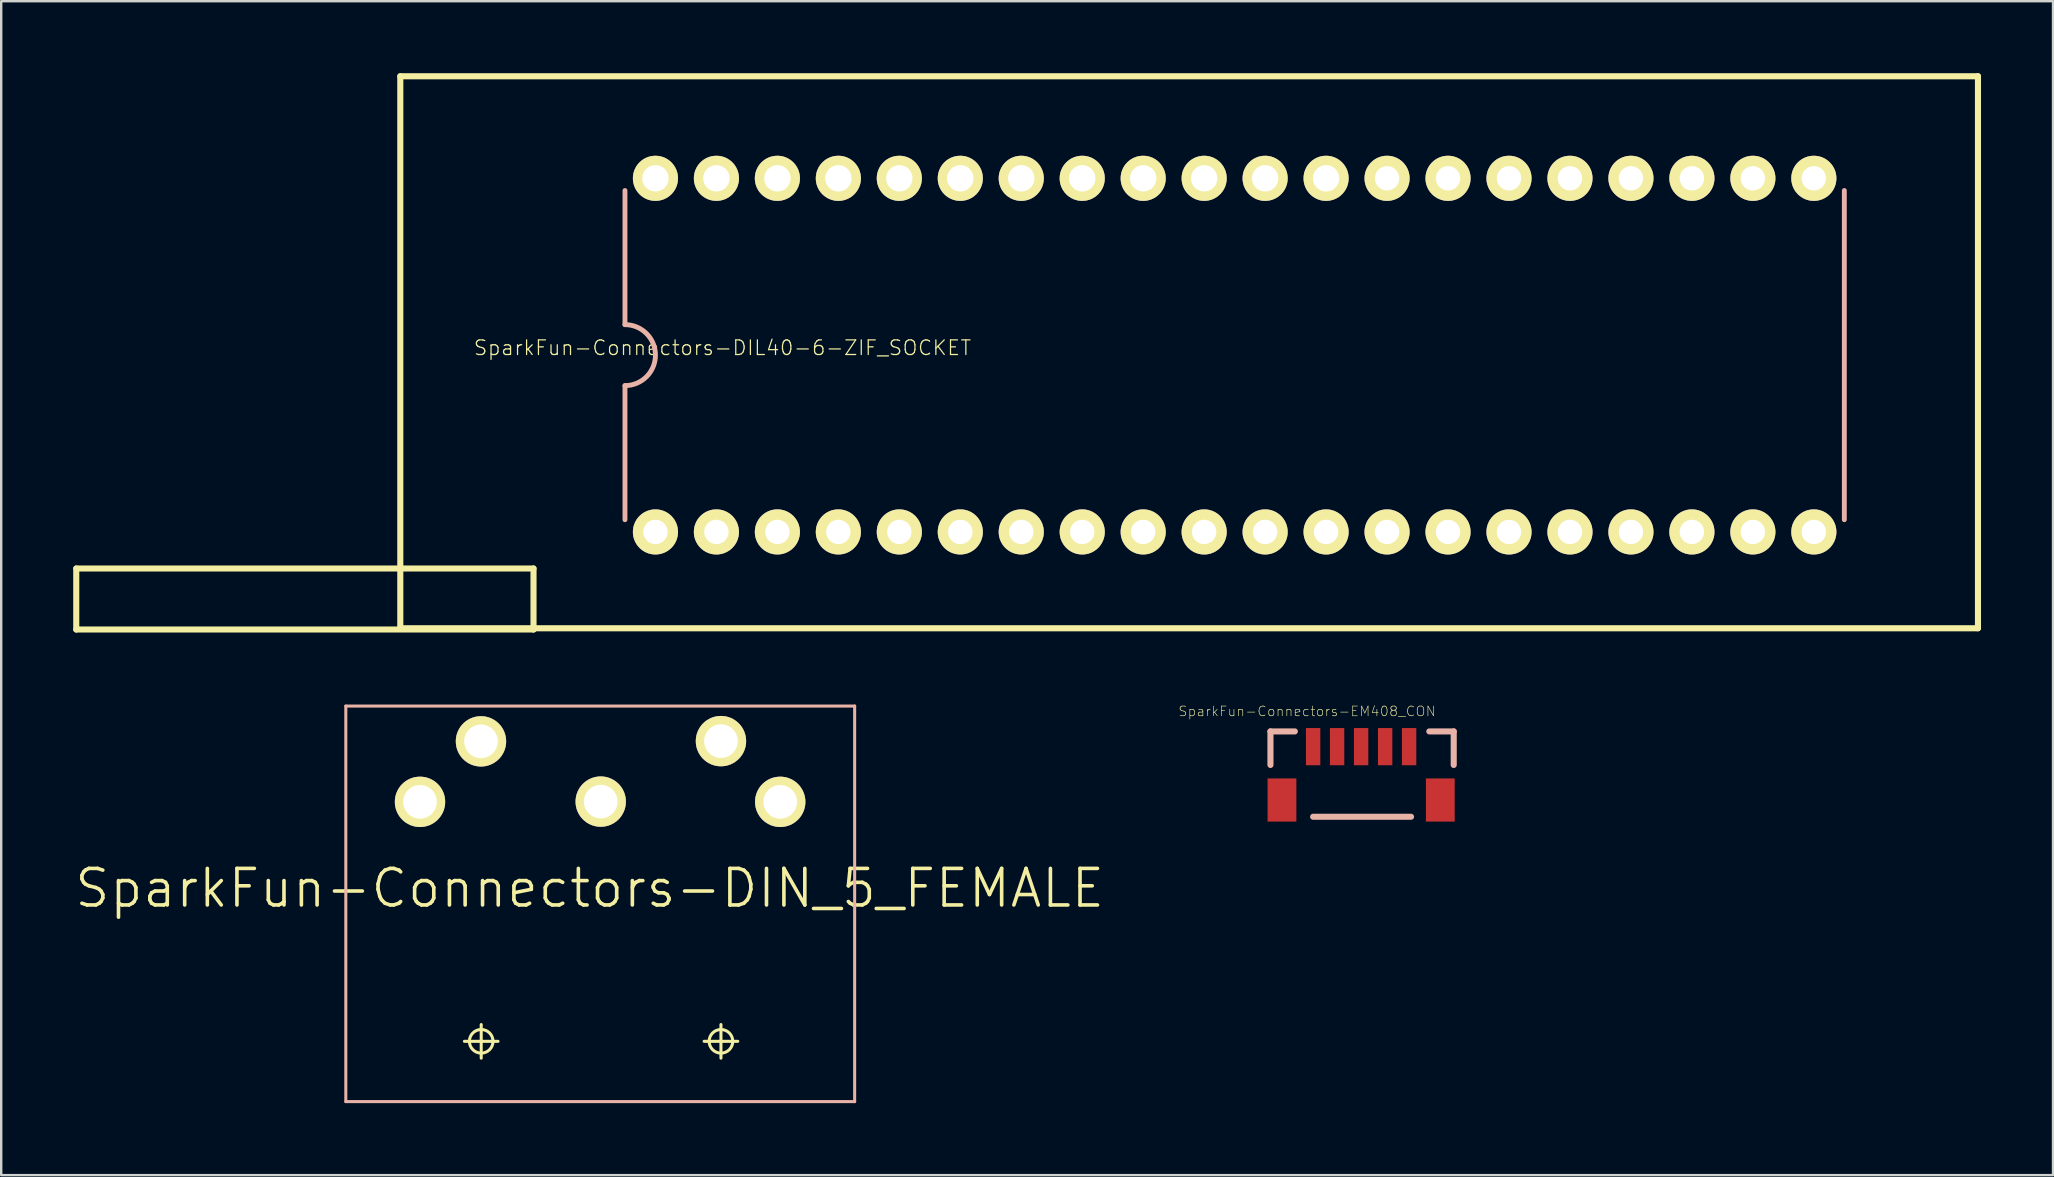
<source format=kicad_pcb>
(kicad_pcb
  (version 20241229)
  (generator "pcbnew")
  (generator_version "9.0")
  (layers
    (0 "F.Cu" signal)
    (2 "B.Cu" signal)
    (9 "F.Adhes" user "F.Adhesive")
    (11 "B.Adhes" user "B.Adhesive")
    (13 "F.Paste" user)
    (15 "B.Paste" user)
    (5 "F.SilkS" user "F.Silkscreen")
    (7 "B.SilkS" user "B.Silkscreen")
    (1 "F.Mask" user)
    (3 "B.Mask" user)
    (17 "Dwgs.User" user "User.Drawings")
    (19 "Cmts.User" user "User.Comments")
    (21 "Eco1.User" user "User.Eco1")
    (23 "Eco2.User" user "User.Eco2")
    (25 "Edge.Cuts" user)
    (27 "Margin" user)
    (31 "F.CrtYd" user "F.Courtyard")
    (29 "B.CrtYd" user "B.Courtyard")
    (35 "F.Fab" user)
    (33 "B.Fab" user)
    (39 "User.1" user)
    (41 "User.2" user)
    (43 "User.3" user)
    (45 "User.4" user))
  (footprint "SparkFun-Connectors-DIN_5_FEMALE"
    (layer "F.Cu")
    (at 21.517 33.955)
    (property "Reference" "SparkFun-Connectors-DIN_5_FEMALE" (at 0 0 0) (layer "F.SilkS") (effects (font (size 1.524 1.524) (thickness 0.15))))
    (attr exclude_from_pos_files exclude_from_bom)
    (fp_line (start -5.22 6.378) (end -3.818 6.378) (stroke (width 0.127) (type solid)) (layer "F.SilkS"))
    (fp_line (start -4.519 7.079) (end -4.519 5.679) (stroke (width 0.127) (type solid)) (layer "F.SilkS"))
    (fp_line (start 0.439 -3.599) (end 0.46 -3.599) (stroke (width 0.089) (type solid)) (layer "F.SilkS"))
    (fp_line (start 4.768 6.378) (end 6.17 6.378) (stroke (width 0.127) (type solid)) (layer "F.SilkS"))
    (fp_line (start 5.469 7.079) (end 5.469 5.679) (stroke (width 0.127) (type solid)) (layer "F.SilkS"))
    (fp_circle (center -4.519 6.378) (end -4.867 6.726) (stroke (width 0.127) (type solid)) (fill no) (layer "F.SilkS"))
    (fp_circle (center 5.469 6.378) (end 5.817 6.726) (stroke (width 0.127) (type solid)) (fill no) (layer "F.SilkS"))
    (fp_line (start -10.16 -7.59) (end -10.16 8.89) (stroke (width 0.127) (type solid)) (layer "B.SilkS"))
    (fp_line (start -10.16 8.89) (end 11.039 8.89) (stroke (width 0.127) (type solid)) (layer "B.SilkS"))
    (fp_line (start 11.039 -7.59) (end -10.16 -7.59) (stroke (width 0.127) (type solid)) (layer "B.SilkS"))
    (fp_line (start 11.039 8.89) (end 11.039 -7.59) (stroke (width 0.127) (type solid)) (layer "B.SilkS"))
    (pad "1" thru_hole circle (at 7.938 -3.599) (size 2.098 2.098) (drill 1.4) (layers "*.Cu" "F.Mask" "F.SilkS" "F.Paste"))
    (pad "2" thru_hole circle (at 0.46 -3.609) (size 2.098 2.098) (drill 1.4) (layers "*.Cu" "F.Mask" "F.SilkS" "F.Paste"))
    (pad "3" thru_hole circle (at -7.069 -3.599) (size 2.098 2.098) (drill 1.4) (layers "*.Cu" "F.Mask" "F.SilkS" "F.Paste"))
    (pad "4" thru_hole circle (at 5.469 -6.129) (size 2.098 2.098) (drill 1.4) (layers "*.Cu" "F.Mask" "F.SilkS" "F.Paste"))
    (pad "5" thru_hole circle (at -4.529 -6.119) (size 2.098 2.098) (drill 1.4) (layers "*.Cu" "F.Mask" "F.SilkS" "F.Paste")))
  (footprint "SparkFun-Connectors-EM408_CON"
    (layer "F.Cu")
    (at 51.657 28.057)
    (property "Reference" "SparkFun-Connectors-EM408_CON" (at -0.254 -1.473 0) (layer "F.SilkS") (effects (font (size 0.406 0.406) (thickness 0.025))))
    (attr smd)
    (fp_line (start -1.778 -0.635) (end -0.762 -0.635) (stroke (width 0.254) (type solid)) (layer "B.SilkS"))
    (fp_line (start -1.778 0.762) (end -1.778 -0.635) (stroke (width 0.254) (type solid)) (layer "B.SilkS"))
    (fp_line (start 0 2.921) (end 4.079 2.921) (stroke (width 0.254) (type solid)) (layer "B.SilkS"))
    (fp_line (start 4.841 -0.635) (end 5.857 -0.635) (stroke (width 0.254) (type solid)) (layer "B.SilkS"))
    (fp_line (start 5.857 -0.635) (end 5.857 0.762) (stroke (width 0.254) (type solid)) (layer "B.SilkS"))
    (pad "1" smd rect (at 3.998 0) (size 0.599 1.549) (layers "F.Cu" "F.Mask" "F.Paste"))
    (pad "2" smd rect (at 3 0) (size 0.599 1.549) (layers "F.Cu" "F.Mask" "F.Paste"))
    (pad "3" smd rect (at 1.999 0) (size 0.599 1.549) (layers "F.Cu" "F.Mask" "F.Paste"))
    (pad "4" smd rect (at 0.998 0) (size 0.599 1.549) (layers "F.Cu" "F.Mask" "F.Paste"))
    (pad "5" smd rect (at 0 0) (size 0.599 1.549) (layers "F.Cu" "F.Mask" "F.Paste"))
    (pad "P$1" smd rect (at -1.298 2.223) (size 1.199 1.798) (layers "F.Cu" "F.Mask" "F.Paste"))
    (pad "P$2" smd rect (at 5.298 2.223) (size 1.199 1.798) (layers "F.Cu" "F.Mask" "F.Paste")))
  (footprint "SparkFun-Connectors-DIL40-6-ZIF_SOCKET"
    (layer "F.Cu")
    (at 48.387 11.745)
    (property "Reference" "SparkFun-Connectors-DIL40-6-ZIF_SOCKET" (at -21.336 -0.305 0) (layer "F.SilkS") (effects (font (size 0.61 0.61) (thickness 0.051))))
    (attr exclude_from_pos_files exclude_from_bom)
    (fp_line (start -48.26 8.89) (end -48.26 11.43) (stroke (width 0.254) (type solid)) (layer "F.SilkS"))
    (fp_line (start -48.26 11.43) (end -29.21 11.43) (stroke (width 0.254) (type solid)) (layer "F.SilkS"))
    (fp_line (start -34.76 -11.618) (end -34.76 11.379) (stroke (width 0.254) (type solid)) (layer "F.SilkS"))
    (fp_line (start -34.76 11.379) (end 30.968 11.379) (stroke (width 0.254) (type solid)) (layer "F.SilkS"))
    (fp_line (start -29.21 8.89) (end -48.26 8.89) (stroke (width 0.254) (type solid)) (layer "F.SilkS"))
    (fp_line (start -29.21 11.43) (end -29.21 8.89) (stroke (width 0.254) (type solid)) (layer "F.SilkS"))
    (fp_line (start 30.968 -11.618) (end -34.76 -11.618) (stroke (width 0.254) (type solid)) (layer "F.SilkS"))
    (fp_line (start 30.968 11.379) (end 30.968 -11.618) (stroke (width 0.254) (type solid)) (layer "F.SilkS"))
    (fp_line (start -25.4 -6.858) (end -25.4 -1.27) (stroke (width 0.203) (type solid)) (layer "B.SilkS"))
    (fp_line (start -25.4 1.27) (end -25.4 6.858) (stroke (width 0.203) (type solid)) (layer "B.SilkS"))
    (fp_line (start 25.4 6.858) (end 25.4 -6.858) (stroke (width 0.203) (type solid)) (layer "B.SilkS"))
    (fp_arc (start -25.4 -1.27) (mid -24.13 0) (end -25.4 1.27) (stroke (width 0.2032) (type solid)) (layer "B.SilkS"))
    (pad "1" thru_hole circle (at -24.13 7.366) (size 1.88 1.88) (drill 1.016) (layers "*.Cu" "F.Mask" "F.SilkS" "F.Paste"))
    (pad "2" thru_hole circle (at -21.59 7.366) (size 1.88 1.88) (drill 1.016) (layers "*.Cu" "F.Mask" "F.SilkS" "F.Paste"))
    (pad "3" thru_hole circle (at -19.05 7.366) (size 1.88 1.88) (drill 1.016) (layers "*.Cu" "F.Mask" "F.SilkS" "F.Paste"))
    (pad "4" thru_hole circle (at -16.51 7.366) (size 1.88 1.88) (drill 1.016) (layers "*.Cu" "F.Mask" "F.SilkS" "F.Paste"))
    (pad "5" thru_hole circle (at -13.97 7.366) (size 1.88 1.88) (drill 1.016) (layers "*.Cu" "F.Mask" "F.SilkS" "F.Paste"))
    (pad "6" thru_hole circle (at -11.43 7.366) (size 1.88 1.88) (drill 1.016) (layers "*.Cu" "F.Mask" "F.SilkS" "F.Paste"))
    (pad "7" thru_hole circle (at -8.89 7.366) (size 1.88 1.88) (drill 1.016) (layers "*.Cu" "F.Mask" "F.SilkS" "F.Paste"))
    (pad "8" thru_hole circle (at -6.35 7.366) (size 1.88 1.88) (drill 1.016) (layers "*.Cu" "F.Mask" "F.SilkS" "F.Paste"))
    (pad "9" thru_hole circle (at -3.81 7.366) (size 1.88 1.88) (drill 1.016) (layers "*.Cu" "F.Mask" "F.SilkS" "F.Paste"))
    (pad "10" thru_hole circle (at -1.27 7.366) (size 1.88 1.88) (drill 1.016) (layers "*.Cu" "F.Mask" "F.SilkS" "F.Paste"))
    (pad "11" thru_hole circle (at 1.27 7.366) (size 1.88 1.88) (drill 1.016) (layers "*.Cu" "F.Mask" "F.SilkS" "F.Paste"))
    (pad "12" thru_hole circle (at 3.81 7.366) (size 1.88 1.88) (drill 1.016) (layers "*.Cu" "F.Mask" "F.SilkS" "F.Paste"))
    (pad "13" thru_hole circle (at 6.35 7.366) (size 1.88 1.88) (drill 1.016) (layers "*.Cu" "F.Mask" "F.SilkS" "F.Paste"))
    (pad "14" thru_hole circle (at 8.89 7.366) (size 1.88 1.88) (drill 1.016) (layers "*.Cu" "F.Mask" "F.SilkS" "F.Paste"))
    (pad "15" thru_hole circle (at 11.43 7.366) (size 1.88 1.88) (drill 1.016) (layers "*.Cu" "F.Mask" "F.SilkS" "F.Paste"))
    (pad "16" thru_hole circle (at 13.97 7.366) (size 1.88 1.88) (drill 1.016) (layers "*.Cu" "F.Mask" "F.SilkS" "F.Paste"))
    (pad "17" thru_hole circle (at 16.51 7.366) (size 1.88 1.88) (drill 1.016) (layers "*.Cu" "F.Mask" "F.SilkS" "F.Paste"))
    (pad "18" thru_hole circle (at 19.05 7.366) (size 1.88 1.88) (drill 1.016) (layers "*.Cu" "F.Mask" "F.SilkS" "F.Paste"))
    (pad "19" thru_hole circle (at 21.59 7.366) (size 1.88 1.88) (drill 1.016) (layers "*.Cu" "F.Mask" "F.SilkS" "F.Paste"))
    (pad "20" thru_hole circle (at 24.13 7.366) (size 1.88 1.88) (drill 1.016) (layers "*.Cu" "F.Mask" "F.SilkS" "F.Paste"))
    (pad "21" thru_hole circle (at 24.13 -7.366) (size 1.88 1.88) (drill 1.016) (layers "*.Cu" "F.Mask" "F.SilkS" "F.Paste"))
    (pad "22" thru_hole circle (at 21.59 -7.366) (size 1.88 1.88) (drill 1.016) (layers "*.Cu" "F.Mask" "F.SilkS" "F.Paste"))
    (pad "23" thru_hole circle (at 19.05 -7.366) (size 1.88 1.88) (drill 1.016) (layers "*.Cu" "F.Mask" "F.SilkS" "F.Paste"))
    (pad "24" thru_hole circle (at 16.51 -7.366) (size 1.88 1.88) (drill 1.016) (layers "*.Cu" "F.Mask" "F.SilkS" "F.Paste"))
    (pad "25" thru_hole circle (at 13.97 -7.366) (size 1.88 1.88) (drill 1.016) (layers "*.Cu" "F.Mask" "F.SilkS" "F.Paste"))
    (pad "26" thru_hole circle (at 11.43 -7.366) (size 1.88 1.88) (drill 1.016) (layers "*.Cu" "F.Mask" "F.SilkS" "F.Paste"))
    (pad "27" thru_hole circle (at 8.89 -7.366) (size 1.88 1.88) (drill 1.016) (layers "*.Cu" "F.Mask" "F.SilkS" "F.Paste"))
    (pad "28" thru_hole circle (at 6.35 -7.366) (size 1.88 1.88) (drill 1.016) (layers "*.Cu" "F.Mask" "F.SilkS" "F.Paste"))
    (pad "29" thru_hole circle (at 3.81 -7.366) (size 1.88 1.88) (drill 1.1) (layers "*.Cu" "F.Mask" "F.SilkS" "F.Paste"))
    (pad "30" thru_hole circle (at 1.27 -7.366) (size 1.88 1.88) (drill 1.1) (layers "*.Cu" "F.Mask" "F.SilkS" "F.Paste"))
    (pad "31" thru_hole circle (at -1.27 -7.366) (size 1.88 1.88) (drill 1.1) (layers "*.Cu" "F.Mask" "F.SilkS" "F.Paste"))
    (pad "32" thru_hole circle (at -3.81 -7.366) (size 1.88 1.88) (drill 1.1) (layers "*.Cu" "F.Mask" "F.SilkS" "F.Paste"))
    (pad "33" thru_hole circle (at -6.35 -7.366) (size 1.88 1.88) (drill 1.1) (layers "*.Cu" "F.Mask" "F.SilkS" "F.Paste"))
    (pad "34" thru_hole circle (at -8.89 -7.366) (size 1.88 1.88) (drill 1.1) (layers "*.Cu" "F.Mask" "F.SilkS" "F.Paste"))
    (pad "35" thru_hole circle (at -11.43 -7.366) (size 1.88 1.88) (drill 1.1) (layers "*.Cu" "F.Mask" "F.SilkS" "F.Paste"))
    (pad "36" thru_hole circle (at -13.97 -7.366) (size 1.88 1.88) (drill 1.1) (layers "*.Cu" "F.Mask" "F.SilkS" "F.Paste"))
    (pad "37" thru_hole circle (at -16.51 -7.366) (size 1.88 1.88) (drill 1.1) (layers "*.Cu" "F.Mask" "F.SilkS" "F.Paste"))
    (pad "38" thru_hole circle (at -19.05 -7.366) (size 1.88 1.88) (drill 1.1) (layers "*.Cu" "F.Mask" "F.SilkS" "F.Paste"))
    (pad "39" thru_hole circle (at -21.59 -7.366) (size 1.88 1.88) (drill 1.1) (layers "*.Cu" "F.Mask" "F.SilkS" "F.Paste"))
    (pad "40" thru_hole circle (at -24.13 -7.366) (size 1.88 1.88) (drill 1.1) (layers "*.Cu" "F.Mask" "F.SilkS" "F.Paste")))
  (gr_rect
    (start -3 -3)
    (end 82.482 45.908)
    (stroke (width 0.1) (type default))
    (fill no)
    (layer "Edge.Cuts")))
</source>
